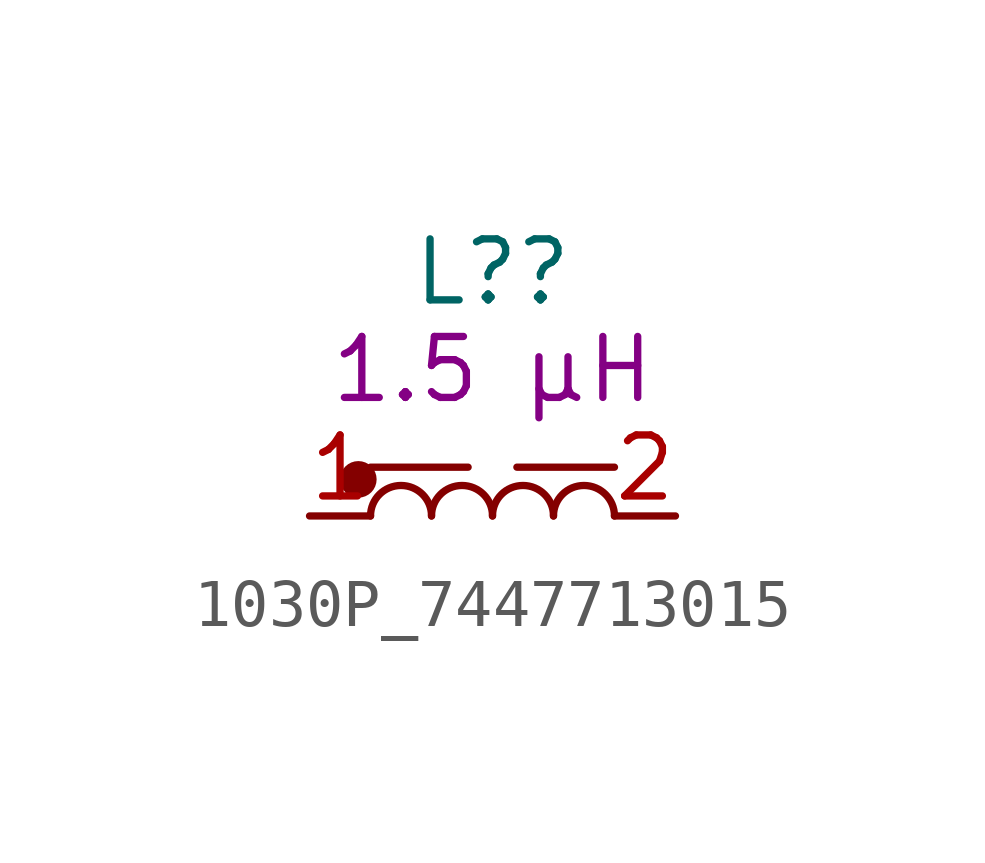
<source format=kicad_sym>
(kicad_symbol_lib
  (version 20241209)
  (generator "kicad_symbol_editor")
  (generator_version "9.0")
  (symbol "1030P_7447713015"
    (pin_names
      (hide yes))
    (property "Reference" "L?"
      (at 0 5.08 0)
      (effects (font (size 1.27 1.27))))
    (property "Critical Parameter" "1.5 µH"
      (at 0 3.048 0)
      (effects (font (size 1.27 1.27))))
    (symbol "1030P_7447713015_0_1"
      (polyline (pts (xy -2.54 1.016) (xy -0.508 1.016)) (stroke (width 0) (type default)) (fill (type none)))
      (arc (start -2.54 0) (mid -1.905 0.6323) (end -1.27 0) (stroke (width 0) (type default)) (fill (type none)))
      (arc (start -1.27 0) (mid -0.635 0.6323) (end 0 0) (stroke (width 0) (type default)) (fill (type none)))
      (arc (start 0 0) (mid 0.635 0.6323) (end 1.27 0) (stroke (width 0) (type default)) (fill (type none)))
      (arc (start 1.27 0) (mid 1.905 0.6323) (end 2.54 0) (stroke (width 0) (type default)) (fill (type none))))
    (symbol "1030P_7447713015_1_1"
      (circle (center -2.794 0.762) (radius 0.0001) (stroke (width 0.381) (type default)) (fill (type none)))
      (polyline (pts (xy 2.54 1.016) (xy 0.508 1.016)) (stroke (width 0) (type default)) (fill (type none)))
      (pin passive line (at -3.81 0 0) (length 1.27) (name "1" (effects (font (size 1.27 1.27)))) (number "1" (effects (font (size 1.27 1.27)))))
      (pin passive line (at 3.81 0 180) (length 1.27) (name "2" (effects (font (size 1.27 1.27)))) (number "2" (effects (font (size 1.27 1.27))))))))
</source>
